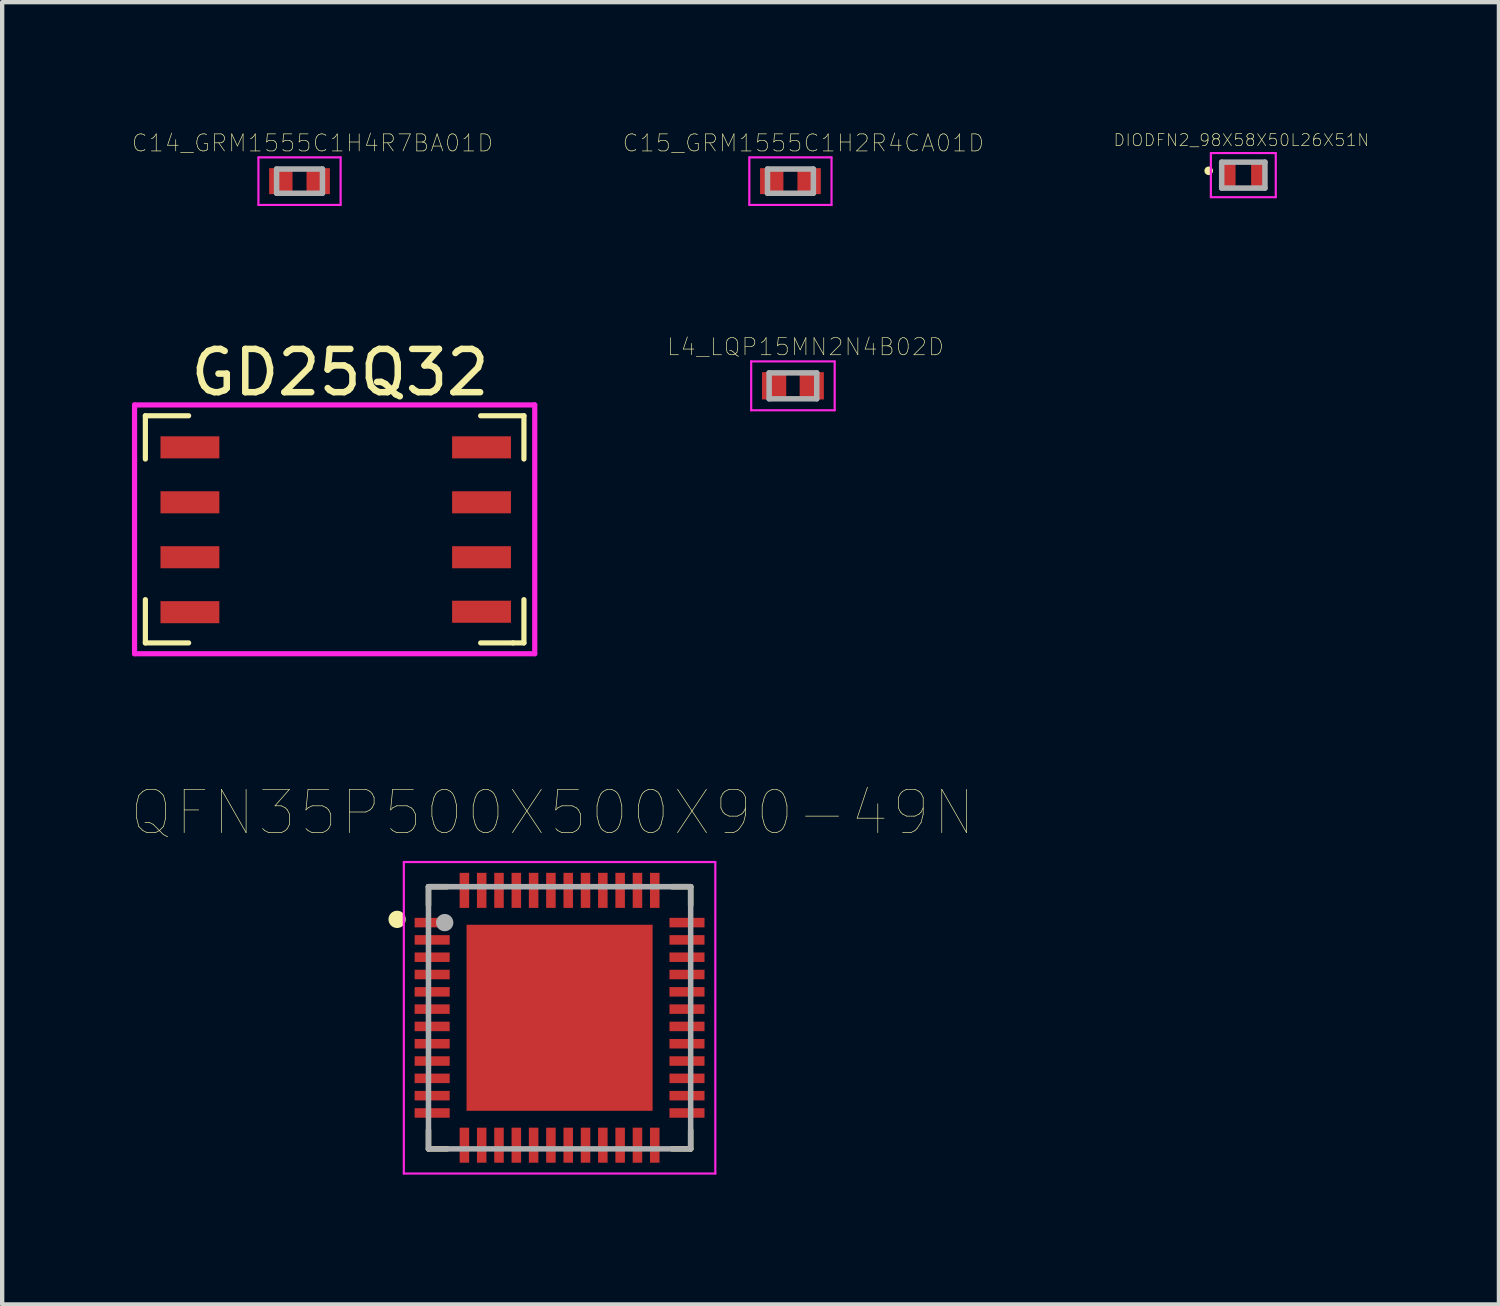
<source format=kicad_pcb>
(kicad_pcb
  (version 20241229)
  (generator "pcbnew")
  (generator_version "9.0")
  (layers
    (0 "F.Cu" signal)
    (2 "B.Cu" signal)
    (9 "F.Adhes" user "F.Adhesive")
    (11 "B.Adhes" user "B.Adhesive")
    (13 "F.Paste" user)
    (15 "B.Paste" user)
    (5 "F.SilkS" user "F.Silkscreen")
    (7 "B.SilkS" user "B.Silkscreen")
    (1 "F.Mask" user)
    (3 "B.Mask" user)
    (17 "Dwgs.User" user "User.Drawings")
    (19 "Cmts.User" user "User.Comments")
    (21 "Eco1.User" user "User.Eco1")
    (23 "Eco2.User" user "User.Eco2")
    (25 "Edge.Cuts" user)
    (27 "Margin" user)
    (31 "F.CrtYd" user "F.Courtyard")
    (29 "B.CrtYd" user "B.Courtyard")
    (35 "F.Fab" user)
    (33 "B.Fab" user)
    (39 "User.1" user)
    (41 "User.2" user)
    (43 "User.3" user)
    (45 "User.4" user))
  (footprint "C14_GRM1555C1H4R7BA01D"
    (layer "F.Cu")
    (at 3.873 1.137)
    (property "Reference" "C14_GRM1555C1H4R7BA01D" (at 0.3 -0.88 0) (layer "F.SilkS") (effects (font (size 0.394 0.394) (thickness 0.015))))
    (attr through_hole)
    (fp_line (start -0.95 -0.55) (end 0.95 -0.55) (stroke (width 0.05) (type solid)) (layer "F.CrtYd"))
    (fp_line (start -0.95 0.55) (end -0.95 -0.55) (stroke (width 0.05) (type solid)) (layer "F.CrtYd"))
    (fp_line (start -0.95 0.55) (end 0.95 0.55) (stroke (width 0.05) (type solid)) (layer "F.CrtYd"))
    (fp_line (start 0.95 0.55) (end 0.95 -0.55) (stroke (width 0.05) (type solid)) (layer "F.CrtYd"))
    (fp_line (start -0.53 0.28) (end -0.53 -0.28) (stroke (width 0.127) (type solid)) (layer "F.Fab"))
    (fp_line (start 0.53 -0.28) (end -0.53 -0.28) (stroke (width 0.127) (type solid)) (layer "F.Fab"))
    (fp_line (start 0.53 0.28) (end -0.53 0.28) (stroke (width 0.127) (type solid)) (layer "F.Fab"))
    (fp_line (start 0.53 0.28) (end 0.53 -0.28) (stroke (width 0.127) (type solid)) (layer "F.Fab"))
    (pad "1" smd rect (at -0.432 0) (size 0.54 0.6) (layers "F.Cu" "F.Mask" "F.Paste"))
    (pad "2" smd rect (at 0.432 0) (size 0.54 0.6) (layers "F.Cu" "F.Mask" "F.Paste")))
  (footprint "GD25Q32"
    (layer "F.Cu")
    (at 4.56 8.56)
    (property "Reference" "GD25Q32" (at 0.25 -3 0) (layer "F.SilkS") (effects (font (size 1 1) (thickness 0.15))))
    (attr through_hole)
    (fp_line (start -4.25 -2) (end -4.25 -1) (stroke (width 0.12) (type solid)) (layer "F.SilkS"))
    (fp_line (start -4.25 -2) (end -3.25 -2) (stroke (width 0.12) (type solid)) (layer "F.SilkS"))
    (fp_line (start -4.25 3.25) (end -4.25 2.25) (stroke (width 0.12) (type solid)) (layer "F.SilkS"))
    (fp_line (start -4.25 3.25) (end -3.25 3.25) (stroke (width 0.12) (type solid)) (layer "F.SilkS"))
    (fp_line (start 3.5 -2) (end 4.5 -2) (stroke (width 0.12) (type solid)) (layer "F.SilkS"))
    (fp_line (start 4.25 3.25) (end 3.5 3.25) (stroke (width 0.12) (type solid)) (layer "F.SilkS"))
    (fp_line (start 4.5 -2) (end 4.5 -1) (stroke (width 0.12) (type solid)) (layer "F.SilkS"))
    (fp_line (start 4.5 3.25) (end 4.25 3.25) (stroke (width 0.12) (type solid)) (layer "F.SilkS"))
    (fp_line (start 4.5 3.25) (end 4.5 2.25) (stroke (width 0.12) (type solid)) (layer "F.SilkS"))
    (fp_line (start -4.5 -2.25) (end -4.5 -1) (stroke (width 0.12) (type solid)) (layer "F.CrtYd"))
    (fp_line (start -4.5 -1) (end -4.5 3.5) (stroke (width 0.12) (type solid)) (layer "F.CrtYd"))
    (fp_line (start -4.5 3.5) (end 4.75 3.5) (stroke (width 0.12) (type solid)) (layer "F.CrtYd"))
    (fp_line (start 4.75 -2.25) (end -4.5 -2.25) (stroke (width 0.12) (type solid)) (layer "F.CrtYd"))
    (fp_line (start 4.75 3.5) (end 4.75 -2.25) (stroke (width 0.12) (type solid)) (layer "F.CrtYd"))
    (pad "1" smd rect (at -2.54 -1.27) (size 1.36 0.51) (drill (offset -0.68 0)) (layers "F.Cu" "F.Mask" "F.Paste"))
    (pad "2" smd rect (at -2.54 0) (size 1.36 0.51) (drill (offset -0.68 0)) (layers "F.Cu" "F.Mask" "F.Paste"))
    (pad "3" smd rect (at -2.54 1.27) (size 1.36 0.51) (drill (offset -0.68 0)) (layers "F.Cu" "F.Mask" "F.Paste"))
    (pad "4" smd rect (at -2.54 2.54) (size 1.36 0.51) (drill (offset -0.68 0)) (layers "F.Cu" "F.Mask" "F.Paste"))
    (pad "5" smd rect (at 2.84 2.53) (size 1.36 0.51) (drill (offset 0.68 0)) (layers "F.Cu" "F.Mask" "F.Paste"))
    (pad "6" smd rect (at 2.84 1.27) (size 1.36 0.51) (drill (offset 0.68 0)) (layers "F.Cu" "F.Mask" "F.Paste"))
    (pad "7" smd rect (at 2.84 0) (size 1.36 0.51) (drill (offset 0.68 0)) (layers "F.Cu" "F.Mask" "F.Paste"))
    (pad "8" smd rect (at 2.84 -1.27) (size 1.36 0.51) (drill (offset 0.68 0)) (layers "F.Cu" "F.Mask" "F.Paste")))
  (footprint "L4_LQP15MN2N4B02D"
    (layer "F.Cu")
    (at 15.278 5.868)
    (property "Reference" "L4_LQP15MN2N4B02D" (at 0.29 -0.9 0) (layer "F.SilkS") (effects (font (size 0.394 0.394) (thickness 0.015))))
    (attr through_hole)
    (fp_line (start -0.965 -0.565) (end 0.965 -0.565) (stroke (width 0.05) (type solid)) (layer "F.CrtYd"))
    (fp_line (start -0.965 0.565) (end -0.965 -0.565) (stroke (width 0.05) (type solid)) (layer "F.CrtYd"))
    (fp_line (start -0.965 0.565) (end 0.965 0.565) (stroke (width 0.05) (type solid)) (layer "F.CrtYd"))
    (fp_line (start 0.965 0.565) (end 0.965 -0.565) (stroke (width 0.05) (type solid)) (layer "F.CrtYd"))
    (fp_line (start -0.55 0.3) (end -0.55 -0.3) (stroke (width 0.127) (type solid)) (layer "F.Fab"))
    (fp_line (start 0.55 -0.3) (end -0.55 -0.3) (stroke (width 0.127) (type solid)) (layer "F.Fab"))
    (fp_line (start 0.55 0.3) (end -0.55 0.3) (stroke (width 0.127) (type solid)) (layer "F.Fab"))
    (fp_line (start 0.55 0.3) (end 0.55 -0.3) (stroke (width 0.127) (type solid)) (layer "F.Fab"))
    (pad "1" smd rect (at -0.435 0) (size 0.56 0.63) (layers "F.Cu" "F.Mask" "F.Paste"))
    (pad "2" smd rect (at 0.435 0) (size 0.56 0.63) (layers "F.Cu" "F.Mask" "F.Paste")))
  (footprint "QFN35P500X500X90-49N"
    (layer "F.Cu")
    (at 9.884 20.475)
    (property "Reference" "QFN35P500X500X90-49N" (at -0.16 -4.742 0) (layer "F.SilkS") (effects (font (size 1.002 1.002) (thickness 0.015))))
    (attr through_hole)
    (fp_line (start -3.03 -3.03) (end -3.03 -2.6) (stroke (width 0.127) (type solid)) (layer "F.SilkS"))
    (fp_line (start -3.03 3.03) (end -3.03 2.6) (stroke (width 0.127) (type solid)) (layer "F.SilkS"))
    (fp_line (start -2.6 -3.03) (end -3.03 -3.03) (stroke (width 0.127) (type solid)) (layer "F.SilkS"))
    (fp_line (start -2.6 3.03) (end -3.03 3.03) (stroke (width 0.127) (type solid)) (layer "F.SilkS"))
    (fp_line (start 2.6 -3.03) (end 3.03 -3.03) (stroke (width 0.127) (type solid)) (layer "F.SilkS"))
    (fp_line (start 2.6 3.03) (end 3.03 3.03) (stroke (width 0.127) (type solid)) (layer "F.SilkS"))
    (fp_line (start 3.03 -3.03) (end 3.03 -2.6) (stroke (width 0.127) (type solid)) (layer "F.SilkS"))
    (fp_line (start 3.03 3.03) (end 3.03 2.6) (stroke (width 0.127) (type solid)) (layer "F.SilkS"))
    (fp_circle (center -3.755 -2.275) (end -3.655 -2.275) (stroke (width 0.2) (type solid)) (fill no) (layer "F.SilkS"))
    (fp_poly (pts (xy -1.362 -1.36) (xy 1.36 -1.36) (xy 1.36 1.362) (xy -1.362 1.362)) (stroke (width 0.01) (type solid)) (fill yes) (layer "F.Paste"))
    (fp_line (start -3.6 -3.6) (end 3.6 -3.6) (stroke (width 0.05) (type solid)) (layer "F.CrtYd"))
    (fp_line (start -3.6 3.6) (end -3.6 -3.6) (stroke (width 0.05) (type solid)) (layer "F.CrtYd"))
    (fp_line (start -3.6 3.6) (end 3.6 3.6) (stroke (width 0.05) (type solid)) (layer "F.CrtYd"))
    (fp_line (start 3.6 3.6) (end 3.6 -3.6) (stroke (width 0.05) (type solid)) (layer "F.CrtYd"))
    (fp_line (start -3.03 3.03) (end -3.03 -3.03) (stroke (width 0.127) (type solid)) (layer "F.Fab"))
    (fp_line (start 3.03 -3.03) (end -3.03 -3.03) (stroke (width 0.127) (type solid)) (layer "F.Fab"))
    (fp_line (start 3.03 3.03) (end -3.03 3.03) (stroke (width 0.127) (type solid)) (layer "F.Fab"))
    (fp_line (start 3.03 3.03) (end 3.03 -3.03) (stroke (width 0.127) (type solid)) (layer "F.Fab"))
    (fp_circle (center -2.655 -2.2) (end -2.555 -2.2) (stroke (width 0.2) (type solid)) (fill no) (layer "F.Fab"))
    (pad "1" smd rect (at -2.945 -2.2) (size 0.81 0.22) (layers "F.Cu" "F.Mask" "F.Paste"))
    (pad "2" smd rect (at -2.945 -1.8) (size 0.81 0.22) (layers "F.Cu" "F.Mask" "F.Paste"))
    (pad "3" smd rect (at -2.945 -1.4) (size 0.81 0.22) (layers "F.Cu" "F.Mask" "F.Paste"))
    (pad "4" smd rect (at -2.945 -1) (size 0.81 0.22) (layers "F.Cu" "F.Mask" "F.Paste"))
    (pad "5" smd rect (at -2.945 -0.6) (size 0.81 0.22) (layers "F.Cu" "F.Mask" "F.Paste"))
    (pad "6" smd rect (at -2.945 -0.2) (size 0.81 0.22) (layers "F.Cu" "F.Mask" "F.Paste"))
    (pad "7" smd rect (at -2.945 0.2) (size 0.81 0.22) (layers "F.Cu" "F.Mask" "F.Paste"))
    (pad "8" smd rect (at -2.945 0.6) (size 0.81 0.22) (layers "F.Cu" "F.Mask" "F.Paste"))
    (pad "9" smd rect (at -2.945 1) (size 0.81 0.22) (layers "F.Cu" "F.Mask" "F.Paste"))
    (pad "10" smd rect (at -2.945 1.4) (size 0.81 0.22) (layers "F.Cu" "F.Mask" "F.Paste"))
    (pad "11" smd rect (at -2.945 1.8) (size 0.81 0.22) (layers "F.Cu" "F.Mask" "F.Paste"))
    (pad "12" smd rect (at -2.945 2.2) (size 0.81 0.22) (layers "F.Cu" "F.Mask" "F.Paste"))
    (pad "13" smd rect (at -2.2 2.945) (size 0.22 0.81) (layers "F.Cu" "F.Mask" "F.Paste"))
    (pad "14" smd rect (at -1.8 2.945) (size 0.22 0.81) (layers "F.Cu" "F.Mask" "F.Paste"))
    (pad "15" smd rect (at -1.4 2.945) (size 0.22 0.81) (layers "F.Cu" "F.Mask" "F.Paste"))
    (pad "16" smd rect (at -1 2.945) (size 0.22 0.81) (layers "F.Cu" "F.Mask" "F.Paste"))
    (pad "17" smd rect (at -0.6 2.945) (size 0.22 0.81) (layers "F.Cu" "F.Mask" "F.Paste"))
    (pad "18" smd rect (at -0.2 2.945) (size 0.22 0.81) (layers "F.Cu" "F.Mask" "F.Paste"))
    (pad "19" smd rect (at 0.2 2.945) (size 0.22 0.81) (layers "F.Cu" "F.Mask" "F.Paste"))
    (pad "20" smd rect (at 0.6 2.945) (size 0.22 0.81) (layers "F.Cu" "F.Mask" "F.Paste"))
    (pad "21" smd rect (at 1 2.945) (size 0.22 0.81) (layers "F.Cu" "F.Mask" "F.Paste"))
    (pad "22" smd rect (at 1.4 2.945) (size 0.22 0.81) (layers "F.Cu" "F.Mask" "F.Paste"))
    (pad "23" smd rect (at 1.8 2.945) (size 0.22 0.81) (layers "F.Cu" "F.Mask" "F.Paste"))
    (pad "24" smd rect (at 2.2 2.945) (size 0.22 0.81) (layers "F.Cu" "F.Mask" "F.Paste"))
    (pad "25" smd rect (at 2.945 2.2) (size 0.81 0.22) (layers "F.Cu" "F.Mask" "F.Paste"))
    (pad "26" smd rect (at 2.945 1.8) (size 0.81 0.22) (layers "F.Cu" "F.Mask" "F.Paste"))
    (pad "27" smd rect (at 2.945 1.4) (size 0.81 0.22) (layers "F.Cu" "F.Mask" "F.Paste"))
    (pad "28" smd rect (at 2.945 1) (size 0.81 0.22) (layers "F.Cu" "F.Mask" "F.Paste"))
    (pad "29" smd rect (at 2.945 0.6) (size 0.81 0.22) (layers "F.Cu" "F.Mask" "F.Paste"))
    (pad "30" smd rect (at 2.945 0.2) (size 0.81 0.22) (layers "F.Cu" "F.Mask" "F.Paste"))
    (pad "31" smd rect (at 2.945 -0.2) (size 0.81 0.22) (layers "F.Cu" "F.Mask" "F.Paste"))
    (pad "32" smd rect (at 2.945 -0.6) (size 0.81 0.22) (layers "F.Cu" "F.Mask" "F.Paste"))
    (pad "33" smd rect (at 2.945 -1) (size 0.81 0.22) (layers "F.Cu" "F.Mask" "F.Paste"))
    (pad "34" smd rect (at 2.945 -1.4) (size 0.81 0.22) (layers "F.Cu" "F.Mask" "F.Paste"))
    (pad "35" smd rect (at 2.945 -1.8) (size 0.81 0.22) (layers "F.Cu" "F.Mask" "F.Paste"))
    (pad "36" smd rect (at 2.945 -2.2) (size 0.81 0.22) (layers "F.Cu" "F.Mask" "F.Paste"))
    (pad "37" smd rect (at 2.2 -2.945) (size 0.22 0.81) (layers "F.Cu" "F.Mask" "F.Paste"))
    (pad "38" smd rect (at 1.8 -2.945) (size 0.22 0.81) (layers "F.Cu" "F.Mask" "F.Paste"))
    (pad "39" smd rect (at 1.4 -2.945) (size 0.22 0.81) (layers "F.Cu" "F.Mask" "F.Paste"))
    (pad "40" smd rect (at 1 -2.945) (size 0.22 0.81) (layers "F.Cu" "F.Mask" "F.Paste"))
    (pad "41" smd rect (at 0.6 -2.945) (size 0.22 0.81) (layers "F.Cu" "F.Mask" "F.Paste"))
    (pad "42" smd rect (at 0.2 -2.945) (size 0.22 0.81) (layers "F.Cu" "F.Mask" "F.Paste"))
    (pad "43" smd rect (at -0.2 -2.945) (size 0.22 0.81) (layers "F.Cu" "F.Mask" "F.Paste"))
    (pad "44" smd rect (at -0.6 -2.945) (size 0.22 0.81) (layers "F.Cu" "F.Mask" "F.Paste"))
    (pad "45" smd rect (at -1 -2.945) (size 0.22 0.81) (layers "F.Cu" "F.Mask" "F.Paste"))
    (pad "46" smd rect (at -1.4 -2.945) (size 0.22 0.81) (layers "F.Cu" "F.Mask" "F.Paste"))
    (pad "47" smd rect (at -1.8 -2.945) (size 0.22 0.81) (layers "F.Cu" "F.Mask" "F.Paste"))
    (pad "48" smd rect (at -2.2 -2.945) (size 0.22 0.81) (layers "F.Cu" "F.Mask" "F.Paste"))
    (pad "49" smd rect (at 0 0) (size 4.3 4.3) (layers "F.Cu" "F.Mask")))
  (footprint "C15_GRM1555C1H2R4CA01D"
    (layer "F.Cu")
    (at 15.22 1.137)
    (property "Reference" "C15_GRM1555C1H2R4CA01D" (at 0.3 -0.88 0) (layer "F.SilkS") (effects (font (size 0.394 0.394) (thickness 0.015))))
    (attr through_hole)
    (fp_line (start -0.95 -0.55) (end 0.95 -0.55) (stroke (width 0.05) (type solid)) (layer "F.CrtYd"))
    (fp_line (start -0.95 0.55) (end -0.95 -0.55) (stroke (width 0.05) (type solid)) (layer "F.CrtYd"))
    (fp_line (start -0.95 0.55) (end 0.95 0.55) (stroke (width 0.05) (type solid)) (layer "F.CrtYd"))
    (fp_line (start 0.95 0.55) (end 0.95 -0.55) (stroke (width 0.05) (type solid)) (layer "F.CrtYd"))
    (fp_line (start -0.53 0.28) (end -0.53 -0.28) (stroke (width 0.127) (type solid)) (layer "F.Fab"))
    (fp_line (start 0.53 -0.28) (end -0.53 -0.28) (stroke (width 0.127) (type solid)) (layer "F.Fab"))
    (fp_line (start 0.53 0.28) (end -0.53 0.28) (stroke (width 0.127) (type solid)) (layer "F.Fab"))
    (fp_line (start 0.53 0.28) (end 0.53 -0.28) (stroke (width 0.127) (type solid)) (layer "F.Fab"))
    (pad "1" smd rect (at -0.432 0) (size 0.54 0.6) (layers "F.Cu" "F.Mask" "F.Paste"))
    (pad "2" smd rect (at 0.432 0) (size 0.54 0.6) (layers "F.Cu" "F.Mask" "F.Paste")))
  (footprint "DIODFN2_98X58X50L26X51N"
    (layer "F.Cu")
    (at 25.688 0.998)
    (property "Reference" "DIODFN2_98X58X50L26X51N" (at -0.044 -0.809 0) (layer "F.SilkS") (effects (font (size 0.277 0.277) (thickness 0.015))))
    (attr through_hole)
    (fp_circle (center -0.8 -0.1) (end -0.75 -0.1) (stroke (width 0.1) (type solid)) (fill no) (layer "F.SilkS"))
    (fp_line (start -0.75 -0.51) (end 0.75 -0.51) (stroke (width 0.05) (type solid)) (layer "F.CrtYd"))
    (fp_line (start -0.75 0.51) (end -0.75 -0.51) (stroke (width 0.05) (type solid)) (layer "F.CrtYd"))
    (fp_line (start 0.75 -0.51) (end 0.75 0.51) (stroke (width 0.05) (type solid)) (layer "F.CrtYd"))
    (fp_line (start 0.75 0.51) (end -0.75 0.51) (stroke (width 0.05) (type solid)) (layer "F.CrtYd"))
    (fp_line (start -0.5 -0.3) (end 0.5 -0.3) (stroke (width 0.127) (type solid)) (layer "F.Fab"))
    (fp_line (start -0.5 0.3) (end -0.5 -0.3) (stroke (width 0.127) (type solid)) (layer "F.Fab"))
    (fp_line (start 0.5 -0.3) (end 0.5 0.3) (stroke (width 0.127) (type solid)) (layer "F.Fab"))
    (fp_line (start 0.5 0.3) (end -0.5 0.3) (stroke (width 0.127) (type solid)) (layer "F.Fab"))
    (pad "1" smd rect (at -0.325 0) (size 0.29 0.53) (layers "F.Cu" "F.Mask" "F.Paste"))
    (pad "2" smd rect (at 0.325 0) (size 0.29 0.53) (layers "F.Cu" "F.Mask" "F.Paste")))
  (gr_rect
    (start -3 -3)
    (end 31.596 27.1)
    (stroke (width 0.1) (type default))
    (fill no)
    (layer "Edge.Cuts")))
</source>
